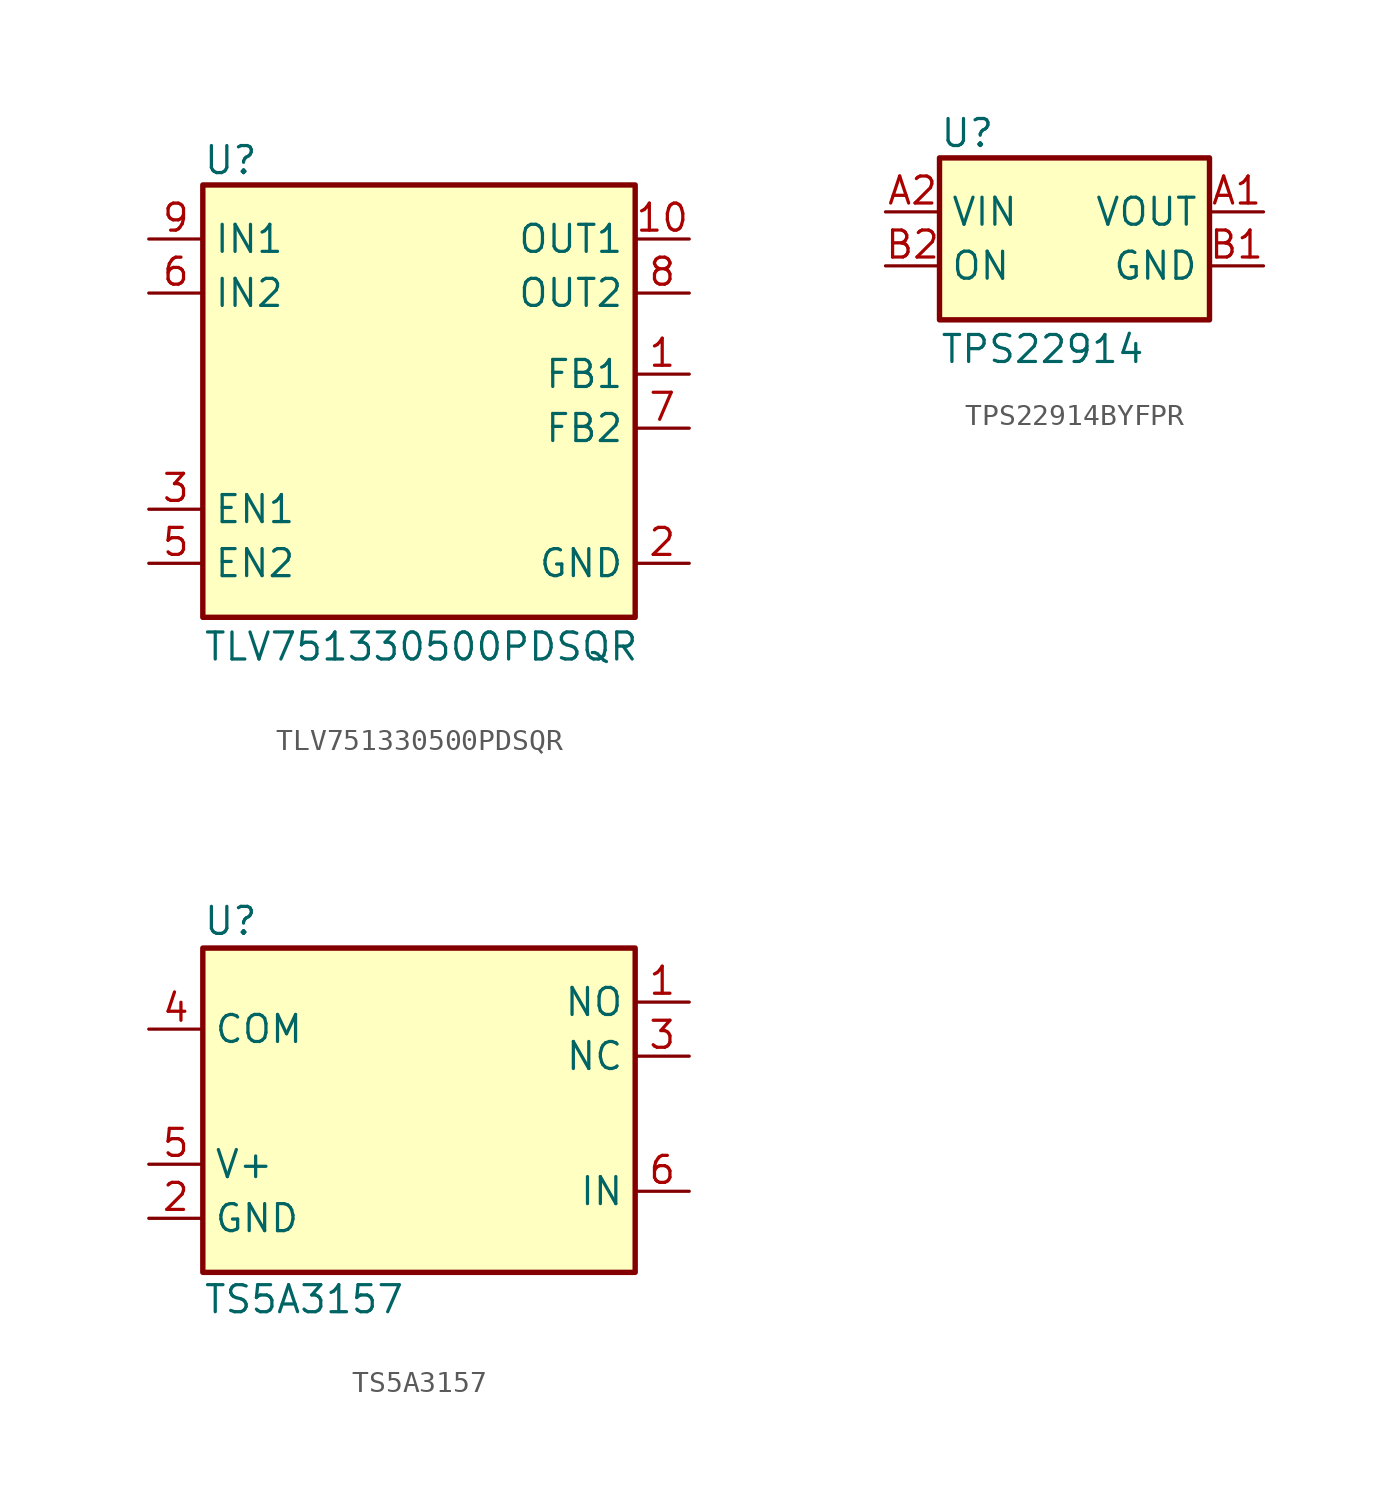
<source format=kicad_sym>
(kicad_symbol_lib
  (version 20231120)
  (generator "kicad_symbol_editor")
  (generator_version "8.0")
  (symbol "TLV751330500PDSQR"
    (property "Reference" "U"
      (at -10.16 12.065 0)
      (do_not_autoplace)
      (effects (font (size 1.27 1.27)) (justify left top)))
    (property "Value" "TLV751330500PDSQR"
      (at -10.16 -10.795 0)
      (do_not_autoplace)
      (effects (font (size 1.27 1.27)) (justify left top)))
    (symbol "TLV751330500PDSQR_1_1"
      (rectangle (start -10.16 10.16) (end 10.16 -10.16) (stroke (width 0.254) (type default)) (fill (type background)))
      (pin passive line (at 12.7 1.27 180) (length 2.54) (name "FB1" (effects (font (size 1.27 1.27)))) (number "1" (effects (font (size 1.27 1.27)))))
      (pin passive line (at 12.7 7.62 180) (length 2.54) (name "OUT1" (effects (font (size 1.27 1.27)))) (number "10" (effects (font (size 1.27 1.27)))))
      (pin passive line (at 12.7 -7.62 180) (length 2.54) hide (name "EP" (effects (font (size 1.27 1.27)))) (number "11" (effects (font (size 1.27 1.27)))))
      (pin passive line (at 12.7 -7.62 180) (length 2.54) (name "GND" (effects (font (size 1.27 1.27)))) (number "2" (effects (font (size 1.27 1.27)))))
      (pin passive line (at -12.7 -5.08 0) (length 2.54) (name "EN1" (effects (font (size 1.27 1.27)))) (number "3" (effects (font (size 1.27 1.27)))))
      (pin passive line (at 12.7 -7.62 180) (length 2.54) hide (name "GND" (effects (font (size 1.27 1.27)))) (number "4" (effects (font (size 1.27 1.27)))))
      (pin passive line (at -12.7 -7.62 0) (length 2.54) (name "EN2" (effects (font (size 1.27 1.27)))) (number "5" (effects (font (size 1.27 1.27)))))
      (pin passive line (at -12.7 5.08 0) (length 2.54) (name "IN2" (effects (font (size 1.27 1.27)))) (number "6" (effects (font (size 1.27 1.27)))))
      (pin passive line (at 12.7 -1.27 180) (length 2.54) (name "FB2" (effects (font (size 1.27 1.27)))) (number "7" (effects (font (size 1.27 1.27)))))
      (pin passive line (at 12.7 5.08 180) (length 2.54) (name "OUT2" (effects (font (size 1.27 1.27)))) (number "8" (effects (font (size 1.27 1.27)))))
      (pin passive line (at -12.7 7.62 0) (length 2.54) (name "IN1" (effects (font (size 1.27 1.27)))) (number "9" (effects (font (size 1.27 1.27)))))))
  (symbol "TPS22914BYFPR"
    (property "Reference" "U"
      (at -6.35 5.715 0)
      (do_not_autoplace)
      (effects (font (size 1.27 1.27)) (justify left top)))
    (property "Value" "TPS22914"
      (at -6.35 -4.445 0)
      (do_not_autoplace)
      (effects (font (size 1.27 1.27)) (justify left top)))
    (symbol "TPS22914BYFPR_1_1"
      (rectangle (start -6.35 3.81) (end 6.35 -3.81) (stroke (width 0.254) (type default)) (fill (type background)))
      (pin passive line (at 8.89 1.27 180) (length 2.54) (name "VOUT" (effects (font (size 1.27 1.27)))) (number "A1" (effects (font (size 1.27 1.27)))))
      (pin passive line (at -8.89 1.27 0) (length 2.54) (name "VIN" (effects (font (size 1.27 1.27)))) (number "A2" (effects (font (size 1.27 1.27)))))
      (pin passive line (at 8.89 -1.27 180) (length 2.54) (name "GND" (effects (font (size 1.27 1.27)))) (number "B1" (effects (font (size 1.27 1.27)))))
      (pin passive line (at -8.89 -1.27 0) (length 2.54) (name "ON" (effects (font (size 1.27 1.27)))) (number "B2" (effects (font (size 1.27 1.27)))))))
  (symbol "TS5A3157"
    (property "Reference" "U"
      (at -10.16 8.89 0)
      (do_not_autoplace)
      (effects (font (size 1.27 1.27)) (justify left)))
    (property "Value" "TS5A3157"
      (at -10.16 -8.89 0)
      (do_not_autoplace)
      (effects (font (size 1.27 1.27)) (justify left)))
    (symbol "TS5A3157_0_0"
      (rectangle (start -10.16 7.62) (end 10.16 -7.62) (stroke (width 0.254) (type default)) (fill (type background))))
    (symbol "TS5A3157_1_1"
      (pin bidirectional line (at 12.7 5.08 180) (length 2.54) (name "NO" (effects (font (size 1.27 1.27)))) (number "1" (effects (font (size 1.27 1.27)))))
      (pin passive line (at -12.7 -5.08 0) (length 2.54) (name "GND" (effects (font (size 1.27 1.27)))) (number "2" (effects (font (size 1.27 1.27)))))
      (pin bidirectional line (at 12.7 2.54 180) (length 2.54) (name "NC" (effects (font (size 1.27 1.27)))) (number "3" (effects (font (size 1.27 1.27)))))
      (pin bidirectional line (at -12.7 3.81 0) (length 2.54) (name "COM" (effects (font (size 1.27 1.27)))) (number "4" (effects (font (size 1.27 1.27)))))
      (pin power_in line (at -12.7 -2.54 0) (length 2.54) (name "V+" (effects (font (size 1.27 1.27)))) (number "5" (effects (font (size 1.27 1.27)))))
      (pin input line (at 12.7 -3.81 180) (length 2.54) (name "IN" (effects (font (size 1.27 1.27)))) (number "6" (effects (font (size 1.27 1.27))))))))
</source>
